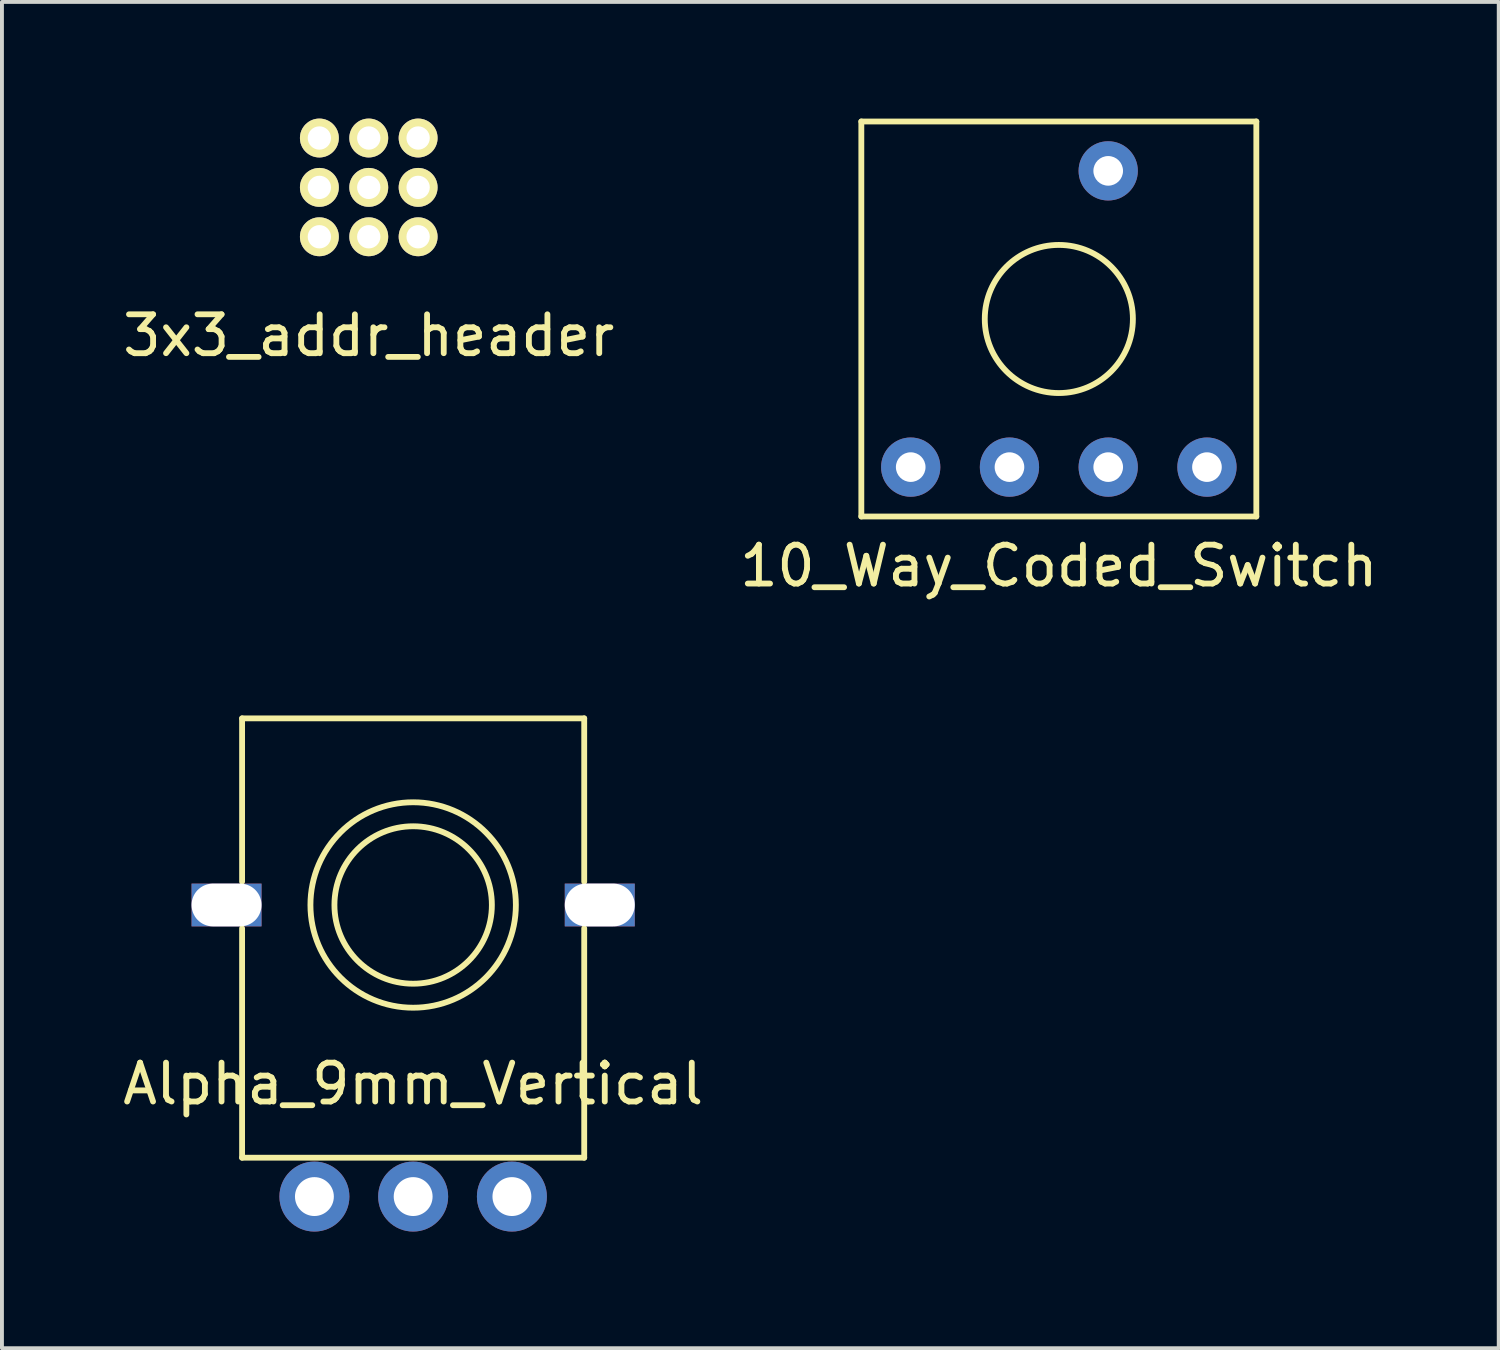
<source format=kicad_pcb>
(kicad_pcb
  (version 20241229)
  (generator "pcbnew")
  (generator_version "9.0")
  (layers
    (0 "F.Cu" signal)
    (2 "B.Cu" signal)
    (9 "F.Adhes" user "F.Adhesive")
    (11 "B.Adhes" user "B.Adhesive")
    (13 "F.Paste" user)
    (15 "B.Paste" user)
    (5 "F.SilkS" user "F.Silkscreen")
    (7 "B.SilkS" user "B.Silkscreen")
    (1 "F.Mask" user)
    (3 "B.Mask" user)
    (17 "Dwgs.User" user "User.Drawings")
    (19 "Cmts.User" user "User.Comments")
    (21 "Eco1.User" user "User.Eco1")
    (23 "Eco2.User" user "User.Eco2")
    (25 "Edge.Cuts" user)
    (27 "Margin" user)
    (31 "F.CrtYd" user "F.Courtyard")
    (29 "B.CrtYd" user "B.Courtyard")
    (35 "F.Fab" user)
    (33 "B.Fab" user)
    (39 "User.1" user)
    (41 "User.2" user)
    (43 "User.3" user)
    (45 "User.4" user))
  (footprint "10_Way_Coded_Switch"
    (layer "F.Cu")
    (at 24.185 5.155)
    (property "Reference" "10_Way_Coded_Switch" (at 0 6.35 0) (layer "F.SilkS") (effects (font (size 1 1) (thickness 0.15))))
    (attr through_hole)
    (fp_line (start -5.08 -5.08) (end -5.08 5.08) (stroke (width 0.15) (type solid)) (layer "F.SilkS"))
    (fp_line (start -5.08 5.08) (end 5.08 5.08) (stroke (width 0.15) (type solid)) (layer "F.SilkS"))
    (fp_line (start 5.08 -5.08) (end -5.08 -5.08) (stroke (width 0.15) (type solid)) (layer "F.SilkS"))
    (fp_line (start 5.08 5.08) (end 5.08 -5.08) (stroke (width 0.15) (type solid)) (layer "F.SilkS"))
    (fp_circle (center 0 0) (end 1.905 0) (stroke (width 0.15) (type solid)) (fill no) (layer "F.SilkS"))
    (pad "1" thru_hole circle (at 1.27 -3.81) (size 1.524 1.524) (drill 0.762) (layers "*.Cu" "*.Mask"))
    (pad "2" thru_hole circle (at 3.81 3.81) (size 1.524 1.524) (drill 0.762) (layers "*.Cu" "*.Mask"))
    (pad "3" thru_hole circle (at 1.27 3.81) (size 1.524 1.524) (drill 0.762) (layers "*.Cu" "*.Mask"))
    (pad "4" thru_hole circle (at -1.27 3.81) (size 1.524 1.524) (drill 0.762) (layers "*.Cu" "*.Mask"))
    (pad "5" thru_hole circle (at -3.81 3.81) (size 1.524 1.524) (drill 0.762) (layers "*.Cu" "*.Mask")))
  (footprint "3x3_addr_header"
    (layer "F.Cu")
    (at 6.435 1.77)
    (property "Reference" "3x3_addr_header" (at 0 3.81 0) (layer "F.SilkS") (effects (font (size 1 1) (thickness 0.15))))
    (attr through_hole)
    (pad "1" thru_hole circle (at -1.27 1.27) (size 1 1) (drill 0.6) (layers "*.Cu" "*.Mask" "F.SilkS"))
    (pad "2" thru_hole circle (at 0 1.27) (size 1 1) (drill 0.6) (layers "*.Cu" "*.Mask" "F.SilkS"))
    (pad "3" thru_hole circle (at 1.27 1.27) (size 1 1) (drill 0.6) (layers "*.Cu" "*.Mask" "F.SilkS"))
    (pad "4" thru_hole circle (at -1.27 0) (size 1 1) (drill 0.6) (layers "*.Cu" "*.Mask" "F.SilkS"))
    (pad "5" thru_hole circle (at 0 0) (size 1 1) (drill 0.6) (layers "*.Cu" "*.Mask" "F.SilkS"))
    (pad "6" thru_hole circle (at 1.27 0) (size 1 1) (drill 0.6) (layers "*.Cu" "*.Mask" "F.SilkS"))
    (pad "7" thru_hole circle (at -1.27 -1.27) (size 1 1) (drill 0.6) (layers "*.Cu" "*.Mask" "F.SilkS"))
    (pad "8" thru_hole circle (at 0 -1.27) (size 1 1) (drill 0.6) (layers "*.Cu" "*.Mask" "F.SilkS"))
    (pad "9" thru_hole circle (at 1.27 -1.27) (size 1 1) (drill 0.6) (layers "*.Cu" "*.Mask" "F.SilkS")))
  (footprint "Alpha_9mm_Vertical"
    (layer "F.Cu")
    (at 7.577 20.228)
    (property "Reference" "Alpha_9mm_Vertical" (at 0 4.6 0) (layer "F.SilkS") (effects (font (size 1 1) (thickness 0.15))))
    (attr through_hole)
    (fp_line (start -4.4 -4.8) (end -4.4 -0.6) (stroke (width 0.15) (type solid)) (layer "F.SilkS"))
    (fp_line (start -4.4 0.6) (end -4.4 6.5) (stroke (width 0.15) (type solid)) (layer "F.SilkS"))
    (fp_line (start -4.4 6.5) (end 4.4 6.5) (stroke (width 0.15) (type solid)) (layer "F.SilkS"))
    (fp_line (start 4.4 -4.8) (end -4.4 -4.8) (stroke (width 0.15) (type solid)) (layer "F.SilkS"))
    (fp_line (start 4.4 -0.6) (end 4.4 -4.8) (stroke (width 0.15) (type solid)) (layer "F.SilkS"))
    (fp_line (start 4.4 6.5) (end 4.4 0.6) (stroke (width 0.15) (type solid)) (layer "F.SilkS"))
    (fp_circle (center 0 0) (end 1.9 0.7) (stroke (width 0.15) (type solid)) (fill no) (layer "F.SilkS"))
    (fp_circle (center 0 0) (end 2.3 1.3) (stroke (width 0.15) (type solid)) (fill no) (layer "F.SilkS"))
    (pad "" np_thru_hole rect (at -4.8 0) (size 1.8 1.1) (drill oval 1.8 1.1) (layers "*.Cu" "*.Mask"))
    (pad "" np_thru_hole rect (at 4.8 0) (size 1.8 1.1) (drill oval 1.8 1.1) (layers "*.Cu" "*.Mask"))
    (pad "1" thru_hole circle (at 2.54 7.5) (size 1.8 1.8) (drill 1) (layers "*.Cu" "*.Mask"))
    (pad "2" thru_hole circle (at 0 7.5) (size 1.8 1.8) (drill 1) (layers "*.Cu" "*.Mask"))
    (pad "3" thru_hole circle (at -2.54 7.5) (size 1.8 1.8) (drill 1) (layers "*.Cu" "*.Mask")))
  (gr_rect
    (start -3 -3)
    (end 35.5 31.628)
    (stroke (width 0.1) (type default))
    (fill no)
    (layer "Edge.Cuts")))
</source>
